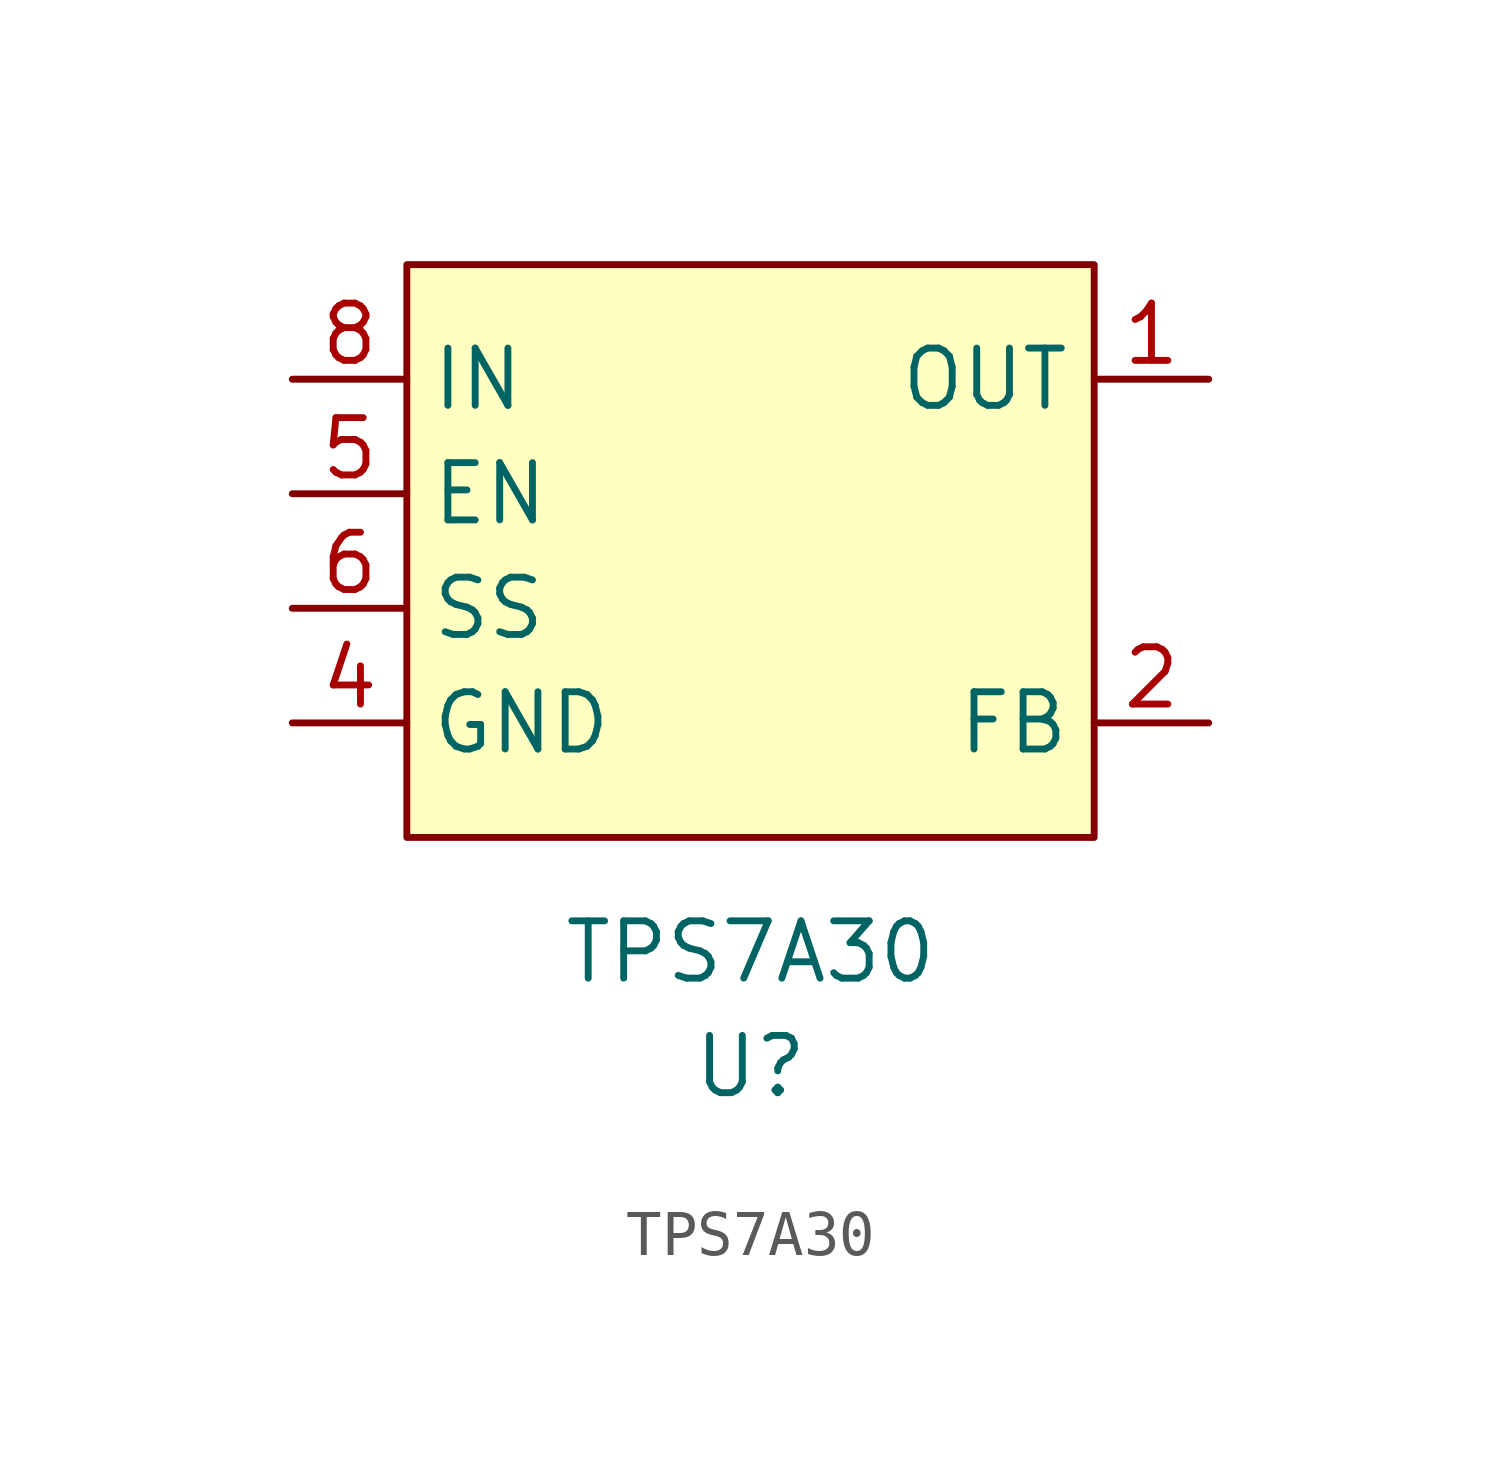
<source format=kicad_sym>
(kicad_symbol_lib
  (version 20211014)
  (generator kicad_symbol_editor)
  (symbol "TPS7A30"
    (property "Reference" "U"
      (at 0 -5.08 0)
      (effects (font (size 1.27 1.27))))
    (property "Value" "TPS7A30"
      (at 0 -2.54 0)
      (effects (font (size 1.27 1.27))))
    (symbol "TPS7A30_0_0"
      (pin power_out line (at 10.16 10.16 180) (length 2.54) (name "OUT" (effects (font (size 1.27 1.27)))) (number "1" (effects (font (size 1.27 1.27)))))
      (pin input line (at 10.16 2.54 180) (length 2.54) (name "FB" (effects (font (size 1.27 1.27)))) (number "2" (effects (font (size 1.27 1.27)))))
      (pin no_connect line (at 0 7.62 90) (length 2.54) hide (name "NC" (effects (font (size 1.27 1.27)))) (number "3" (effects (font (size 1.27 1.27)))))
      (pin power_in line (at -10.16 2.54 0) (length 2.54) (name "GND" (effects (font (size 1.27 1.27)))) (number "4" (effects (font (size 1.27 1.27)))))
      (pin input line (at -10.16 7.62 0) (length 2.54) (name "EN" (effects (font (size 1.27 1.27)))) (number "5" (effects (font (size 1.27 1.27)))))
      (pin input line (at -10.16 5.08 0) (length 2.54) (name "SS" (effects (font (size 1.27 1.27)))) (number "6" (effects (font (size 1.27 1.27)))))
      (pin no_connect line (at -1.27 6.35 90) (length 2.54) hide (name "DNC" (effects (font (size 1.27 1.27)))) (number "7" (effects (font (size 1.27 1.27)))))
      (pin power_in line (at -10.16 10.16 0) (length 2.54) (name "IN" (effects (font (size 1.27 1.27)))) (number "8" (effects (font (size 1.27 1.27))))))
    (symbol "TPS7A30_0_1"
      (rectangle (start -7.62 12.7) (end 7.62 0) (stroke (width 0) (type default) (color 0 0 0 0)) (fill (type background))))))
</source>
